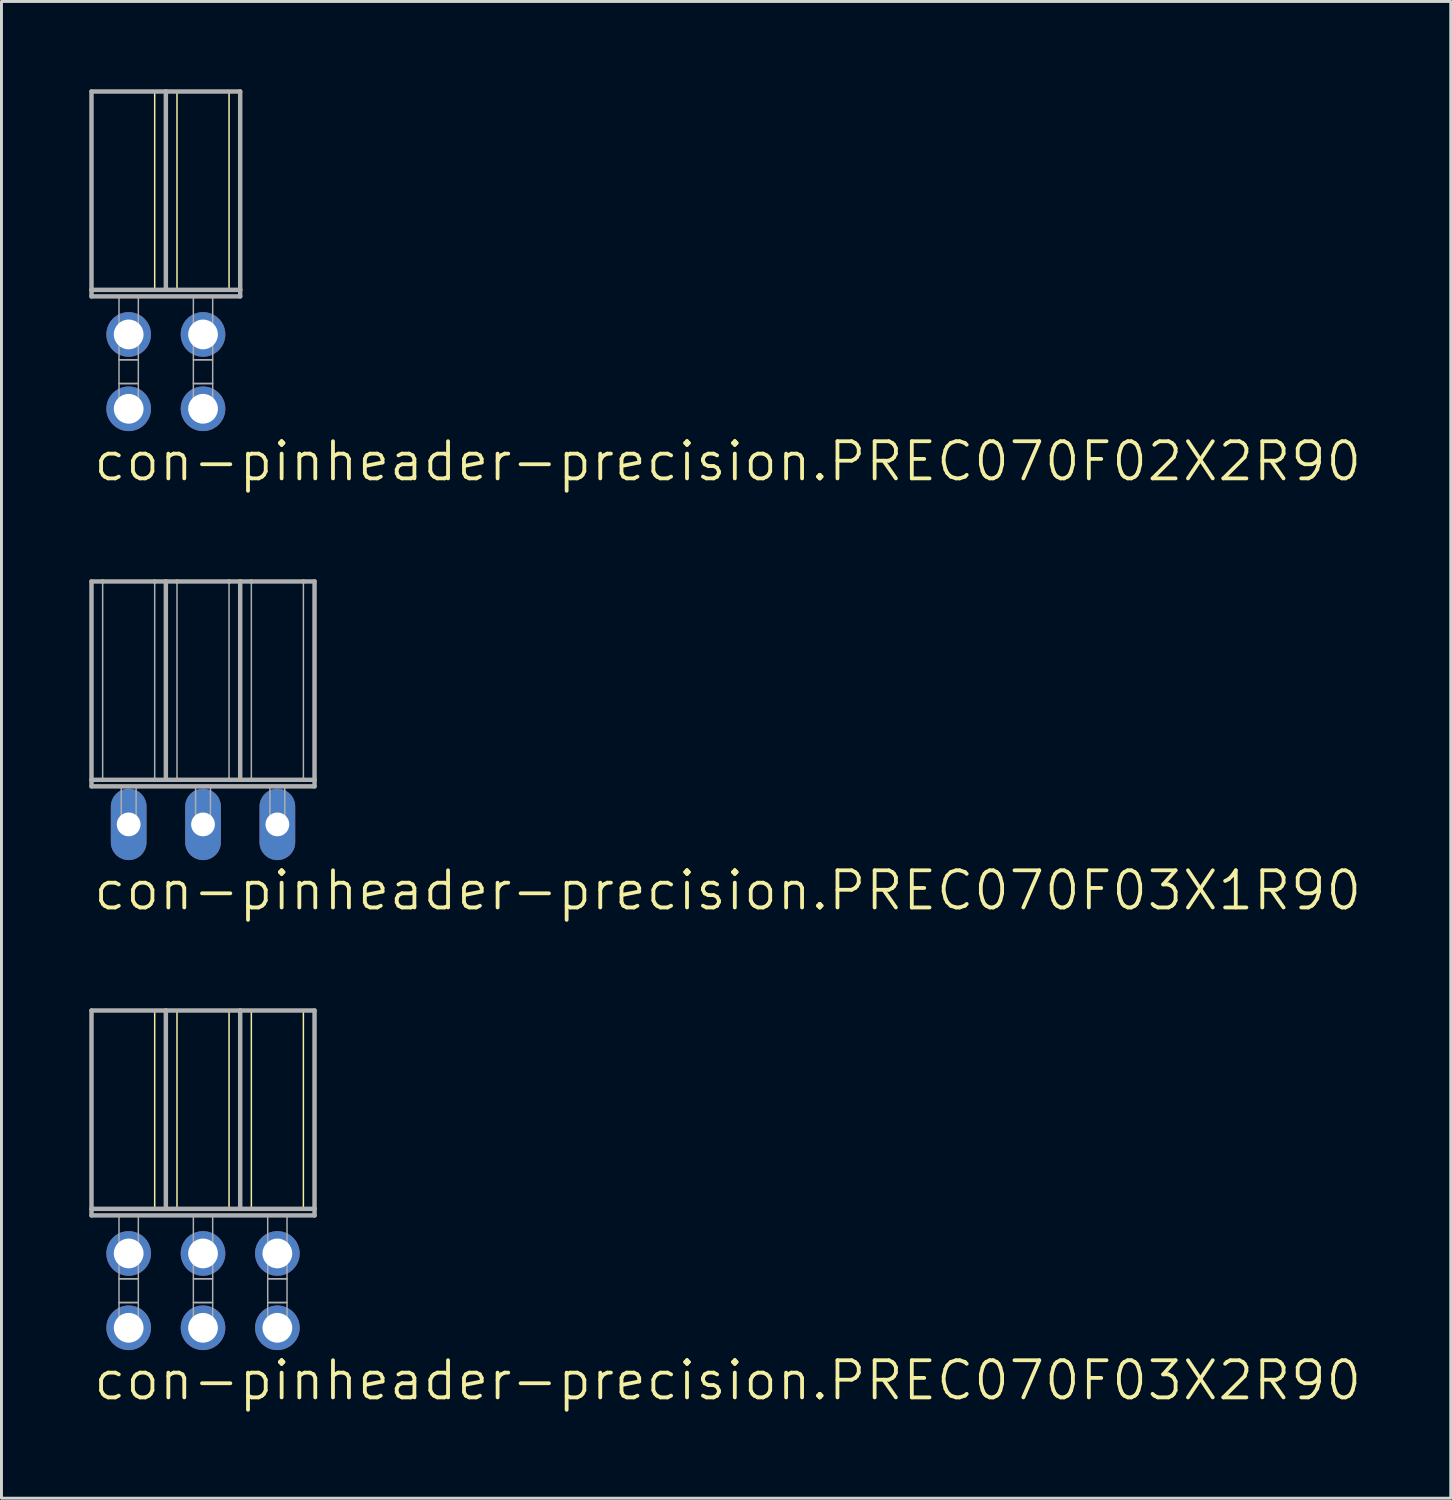
<source format=kicad_pcb>
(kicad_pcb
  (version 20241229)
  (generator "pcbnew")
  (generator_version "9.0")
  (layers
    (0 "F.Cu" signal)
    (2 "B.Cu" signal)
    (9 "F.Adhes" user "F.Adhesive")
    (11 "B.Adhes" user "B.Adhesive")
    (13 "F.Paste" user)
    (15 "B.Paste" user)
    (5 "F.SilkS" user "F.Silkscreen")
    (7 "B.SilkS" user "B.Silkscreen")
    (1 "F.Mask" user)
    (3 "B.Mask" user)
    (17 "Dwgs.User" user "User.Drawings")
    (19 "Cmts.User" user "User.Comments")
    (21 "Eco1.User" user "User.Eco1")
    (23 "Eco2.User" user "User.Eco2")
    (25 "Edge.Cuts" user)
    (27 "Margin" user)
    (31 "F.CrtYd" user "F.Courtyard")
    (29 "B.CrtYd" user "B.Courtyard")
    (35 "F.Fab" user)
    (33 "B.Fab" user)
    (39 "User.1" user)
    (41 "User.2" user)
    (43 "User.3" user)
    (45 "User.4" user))
  (footprint "con-pinheader-precision.PREC070F03X2R90"
    (layer "F.Cu")
    (at 3.886 41.043)
    (property "Reference" "con-pinheader-precision.PREC070F03X2R90" (at -3.81 3.81 0) (layer "F.SilkS") (effects (font (size 1.27 1.27) (thickness 0.13)) (justify left bottom)))
    (attr through_hole)
    (fp_line (start -1.651 -9.57) (end -1.651 -2.794) (stroke (width 0.051) (type default)) (layer "F.SilkS"))
    (fp_line (start -0.889 -9.57) (end -0.889 -2.794) (stroke (width 0.051) (type default)) (layer "F.SilkS"))
    (fp_line (start 0.889 -9.57) (end 0.889 -2.794) (stroke (width 0.051) (type default)) (layer "F.SilkS"))
    (fp_line (start 1.651 -9.57) (end 1.651 -2.794) (stroke (width 0.051) (type default)) (layer "F.SilkS"))
    (fp_line (start 3.429 -9.57) (end 3.429 -2.794) (stroke (width 0.051) (type default)) (layer "F.SilkS"))
    (fp_line (start -3.81 -9.57) (end -1.27 -9.57) (stroke (width 0.152) (type default)) (layer "F.Fab"))
    (fp_line (start -3.81 -2.794) (end -3.81 -9.57) (stroke (width 0.152) (type default)) (layer "F.Fab"))
    (fp_line (start -3.81 -2.57) (end -3.81 -2.794) (stroke (width 0.152) (type default)) (layer "F.Fab"))
    (fp_line (start -3.81 -2.57) (end 3.81 -2.57) (stroke (width 0.152) (type default)) (layer "F.Fab"))
    (fp_line (start -1.27 -9.57) (end 1.27 -9.57) (stroke (width 0.152) (type default)) (layer "F.Fab"))
    (fp_line (start -1.27 -2.794) (end -3.81 -2.794) (stroke (width 0.152) (type default)) (layer "F.Fab"))
    (fp_line (start -1.27 -2.794) (end -1.27 -9.57) (stroke (width 0.152) (type default)) (layer "F.Fab"))
    (fp_line (start -1.27 -2.794) (end 1.27 -2.794) (stroke (width 0.152) (type default)) (layer "F.Fab"))
    (fp_line (start 1.27 -9.57) (end 3.81 -9.57) (stroke (width 0.152) (type default)) (layer "F.Fab"))
    (fp_line (start 1.27 -2.794) (end 1.27 -9.57) (stroke (width 0.152) (type default)) (layer "F.Fab"))
    (fp_line (start 3.81 -2.794) (end 1.27 -2.794) (stroke (width 0.152) (type default)) (layer "F.Fab"))
    (fp_line (start 3.81 -2.794) (end 3.81 -9.57) (stroke (width 0.152) (type default)) (layer "F.Fab"))
    (fp_line (start 3.81 -2.57) (end 3.81 -2.794) (stroke (width 0.152) (type default)) (layer "F.Fab"))
    (fp_rect (start -2.87 -0.406) (end -2.21 -2.57) (stroke (width 0.05) (type default)) (fill no) (layer "F.Fab"))
    (fp_rect (start -2.87 0.406) (end -2.21 -0.406) (stroke (width 0.05) (type default)) (fill no) (layer "F.Fab"))
    (fp_rect (start -2.87 1.575) (end -2.21 0.406) (stroke (width 0.05) (type default)) (fill no) (layer "F.Fab"))
    (fp_rect (start -0.33 -0.406) (end 0.33 -2.57) (stroke (width 0.05) (type default)) (fill no) (layer "F.Fab"))
    (fp_rect (start -0.33 0.406) (end 0.33 -0.406) (stroke (width 0.05) (type default)) (fill no) (layer "F.Fab"))
    (fp_rect (start -0.33 1.575) (end 0.33 0.406) (stroke (width 0.05) (type default)) (fill no) (layer "F.Fab"))
    (fp_rect (start 2.21 -0.406) (end 2.87 -2.57) (stroke (width 0.05) (type default)) (fill no) (layer "F.Fab"))
    (fp_rect (start 2.21 0.406) (end 2.87 -0.406) (stroke (width 0.05) (type default)) (fill no) (layer "F.Fab"))
    (fp_rect (start 2.21 1.575) (end 2.87 0.406) (stroke (width 0.05) (type default)) (fill no) (layer "F.Fab"))
    (pad "1" thru_hole circle (at -2.54 -1.27 180) (size 1.524 1.524) (drill 1.016) (layers "*.Cu" "*.Mask"))
    (pad "2" thru_hole circle (at -2.54 1.27 180) (size 1.524 1.524) (drill 1.016) (layers "*.Cu" "*.Mask"))
    (pad "3" thru_hole circle (at 0 -1.27 180) (size 1.524 1.524) (drill 1.016) (layers "*.Cu" "*.Mask"))
    (pad "4" thru_hole circle (at 0 1.27 180) (size 1.524 1.524) (drill 1.016) (layers "*.Cu" "*.Mask"))
    (pad "5" thru_hole circle (at 2.54 -1.27 180) (size 1.524 1.524) (drill 1.016) (layers "*.Cu" "*.Mask"))
    (pad "6" thru_hole circle (at 2.54 1.27 180) (size 1.524 1.524) (drill 1.016) (layers "*.Cu" "*.Mask")))
  (footprint "con-pinheader-precision.PREC070F02X2R90"
    (layer "F.Cu")
    (at 2.616 9.646)
    (property "Reference" "con-pinheader-precision.PREC070F02X2R90" (at -2.54 3.81 0) (layer "F.SilkS") (effects (font (size 1.27 1.27) (thickness 0.13)) (justify left bottom)))
    (attr through_hole)
    (fp_line (start -0.381 -9.57) (end -0.381 -2.794) (stroke (width 0.051) (type default)) (layer "F.SilkS"))
    (fp_line (start 0.381 -9.57) (end 0.381 -2.794) (stroke (width 0.051) (type default)) (layer "F.SilkS"))
    (fp_line (start 2.159 -9.57) (end 2.159 -2.794) (stroke (width 0.051) (type default)) (layer "F.SilkS"))
    (fp_line (start -2.54 -9.57) (end 0 -9.57) (stroke (width 0.152) (type default)) (layer "F.Fab"))
    (fp_line (start -2.54 -2.794) (end -2.54 -9.57) (stroke (width 0.152) (type default)) (layer "F.Fab"))
    (fp_line (start -2.54 -2.57) (end -2.54 -2.794) (stroke (width 0.152) (type default)) (layer "F.Fab"))
    (fp_line (start -2.54 -2.57) (end 2.54 -2.57) (stroke (width 0.152) (type default)) (layer "F.Fab"))
    (fp_line (start 0 -9.57) (end 2.54 -9.57) (stroke (width 0.152) (type default)) (layer "F.Fab"))
    (fp_line (start 0 -2.794) (end -2.54 -2.794) (stroke (width 0.152) (type default)) (layer "F.Fab"))
    (fp_line (start 0 -2.794) (end 0 -9.57) (stroke (width 0.152) (type default)) (layer "F.Fab"))
    (fp_line (start 0 -2.794) (end 2.54 -2.794) (stroke (width 0.152) (type default)) (layer "F.Fab"))
    (fp_line (start 2.54 -2.794) (end 2.54 -9.57) (stroke (width 0.152) (type default)) (layer "F.Fab"))
    (fp_line (start 2.54 -2.57) (end 2.54 -2.794) (stroke (width 0.152) (type default)) (layer "F.Fab"))
    (fp_rect (start -1.6 -0.406) (end -0.94 -2.57) (stroke (width 0.05) (type default)) (fill no) (layer "F.Fab"))
    (fp_rect (start -1.6 0.406) (end -0.94 -0.406) (stroke (width 0.05) (type default)) (fill no) (layer "F.Fab"))
    (fp_rect (start -1.6 1.575) (end -0.94 0.406) (stroke (width 0.05) (type default)) (fill no) (layer "F.Fab"))
    (fp_rect (start 0.94 -0.406) (end 1.6 -2.57) (stroke (width 0.05) (type default)) (fill no) (layer "F.Fab"))
    (fp_rect (start 0.94 0.406) (end 1.6 -0.406) (stroke (width 0.05) (type default)) (fill no) (layer "F.Fab"))
    (fp_rect (start 0.94 1.575) (end 1.6 0.406) (stroke (width 0.05) (type default)) (fill no) (layer "F.Fab"))
    (pad "1" thru_hole circle (at -1.27 -1.27 180) (size 1.524 1.524) (drill 1.016) (layers "*.Cu" "*.Mask"))
    (pad "2" thru_hole circle (at -1.27 1.27 180) (size 1.524 1.524) (drill 1.016) (layers "*.Cu" "*.Mask"))
    (pad "3" thru_hole circle (at 1.27 -1.27 180) (size 1.524 1.524) (drill 1.016) (layers "*.Cu" "*.Mask"))
    (pad "4" thru_hole circle (at 1.27 1.27 180) (size 1.524 1.524) (drill 1.016) (layers "*.Cu" "*.Mask")))
  (footprint "con-pinheader-precision.PREC070F03X1R90"
    (layer "F.Cu")
    (at 3.886 25.115)
    (property "Reference" "con-pinheader-precision.PREC070F03X1R90" (at -3.81 3 0) (layer "F.SilkS") (effects (font (size 1.27 1.27) (thickness 0.13)) (justify left bottom)))
    (attr through_hole)
    (fp_line (start -3.81 -8.3) (end -3.81 -1.524) (stroke (width 0.152) (type default)) (layer "F.Fab"))
    (fp_line (start -3.81 -8.3) (end -3.429 -8.3) (stroke (width 0.152) (type default)) (layer "F.Fab"))
    (fp_line (start -3.81 -1.524) (end -3.429 -1.524) (stroke (width 0.152) (type default)) (layer "F.Fab"))
    (fp_line (start -3.81 -1.3) (end -3.81 -1.524) (stroke (width 0.152) (type default)) (layer "F.Fab"))
    (fp_line (start -3.81 -1.3) (end 3.81 -1.3) (stroke (width 0.152) (type default)) (layer "F.Fab"))
    (fp_line (start -3.429 -8.3) (end -3.429 -1.524) (stroke (width 0.051) (type default)) (layer "F.Fab"))
    (fp_line (start -3.429 -8.3) (end -1.651 -8.3) (stroke (width 0.152) (type default)) (layer "F.Fab"))
    (fp_line (start -3.429 -1.524) (end -1.651 -1.524) (stroke (width 0.152) (type default)) (layer "F.Fab"))
    (fp_line (start -1.651 -8.3) (end -1.651 -1.524) (stroke (width 0.051) (type default)) (layer "F.Fab"))
    (fp_line (start -1.651 -8.3) (end -1.27 -8.3) (stroke (width 0.152) (type default)) (layer "F.Fab"))
    (fp_line (start -1.651 -1.524) (end -1.27 -1.524) (stroke (width 0.152) (type default)) (layer "F.Fab"))
    (fp_line (start -1.27 -8.3) (end -1.27 -1.524) (stroke (width 0.152) (type default)) (layer "F.Fab"))
    (fp_line (start -1.27 -8.3) (end -0.889 -8.3) (stroke (width 0.152) (type default)) (layer "F.Fab"))
    (fp_line (start -1.27 -1.524) (end -0.889 -1.524) (stroke (width 0.152) (type default)) (layer "F.Fab"))
    (fp_line (start -0.889 -8.3) (end -0.889 -1.524) (stroke (width 0.051) (type default)) (layer "F.Fab"))
    (fp_line (start -0.889 -8.3) (end 0.889 -8.3) (stroke (width 0.152) (type default)) (layer "F.Fab"))
    (fp_line (start -0.889 -1.524) (end 0.889 -1.524) (stroke (width 0.152) (type default)) (layer "F.Fab"))
    (fp_line (start 0.889 -8.3) (end 0.889 -1.524) (stroke (width 0.051) (type default)) (layer "F.Fab"))
    (fp_line (start 0.889 -8.3) (end 1.27 -8.3) (stroke (width 0.152) (type default)) (layer "F.Fab"))
    (fp_line (start 0.889 -1.524) (end 1.27 -1.524) (stroke (width 0.152) (type default)) (layer "F.Fab"))
    (fp_line (start 1.27 -8.3) (end 1.27 -1.524) (stroke (width 0.152) (type default)) (layer "F.Fab"))
    (fp_line (start 1.27 -8.3) (end 1.651 -8.3) (stroke (width 0.152) (type default)) (layer "F.Fab"))
    (fp_line (start 1.27 -1.524) (end 1.651 -1.524) (stroke (width 0.152) (type default)) (layer "F.Fab"))
    (fp_line (start 1.651 -8.3) (end 1.651 -1.524) (stroke (width 0.051) (type default)) (layer "F.Fab"))
    (fp_line (start 1.651 -8.3) (end 3.429 -8.3) (stroke (width 0.152) (type default)) (layer "F.Fab"))
    (fp_line (start 1.651 -1.524) (end 3.429 -1.524) (stroke (width 0.152) (type default)) (layer "F.Fab"))
    (fp_line (start 3.429 -8.3) (end 3.429 -1.524) (stroke (width 0.051) (type default)) (layer "F.Fab"))
    (fp_line (start 3.429 -8.3) (end 3.81 -8.3) (stroke (width 0.152) (type default)) (layer "F.Fab"))
    (fp_line (start 3.429 -1.524) (end 3.81 -1.524) (stroke (width 0.152) (type default)) (layer "F.Fab"))
    (fp_line (start 3.81 -8.3) (end 3.81 -1.524) (stroke (width 0.152) (type default)) (layer "F.Fab"))
    (fp_line (start 3.81 -1.524) (end 3.81 -1.3) (stroke (width 0.152) (type default)) (layer "F.Fab"))
    (fp_rect (start -2.794 0) (end -2.286 -1.3) (stroke (width 0.05) (type default)) (fill no) (layer "F.Fab"))
    (fp_rect (start -0.254 0) (end 0.254 -1.3) (stroke (width 0.05) (type default)) (fill no) (layer "F.Fab"))
    (fp_rect (start 2.286 0) (end 2.794 -1.3) (stroke (width 0.05) (type default)) (fill no) (layer "F.Fab"))
    (pad "1" thru_hole oval (at -2.54 0 90) (size 2.438 1.219) (drill 0.813) (layers "*.Cu" "*.Mask"))
    (pad "2" thru_hole oval (at 0 0 90) (size 2.438 1.219) (drill 0.813) (layers "*.Cu" "*.Mask"))
    (pad "3" thru_hole oval (at 2.54 0 90) (size 2.438 1.219) (drill 0.813) (layers "*.Cu" "*.Mask")))
  (gr_rect
    (start -3 -3)
    (end 46.513 48.135)
    (stroke (width 0.1) (type default))
    (fill no)
    (layer "Edge.Cuts")))
</source>
